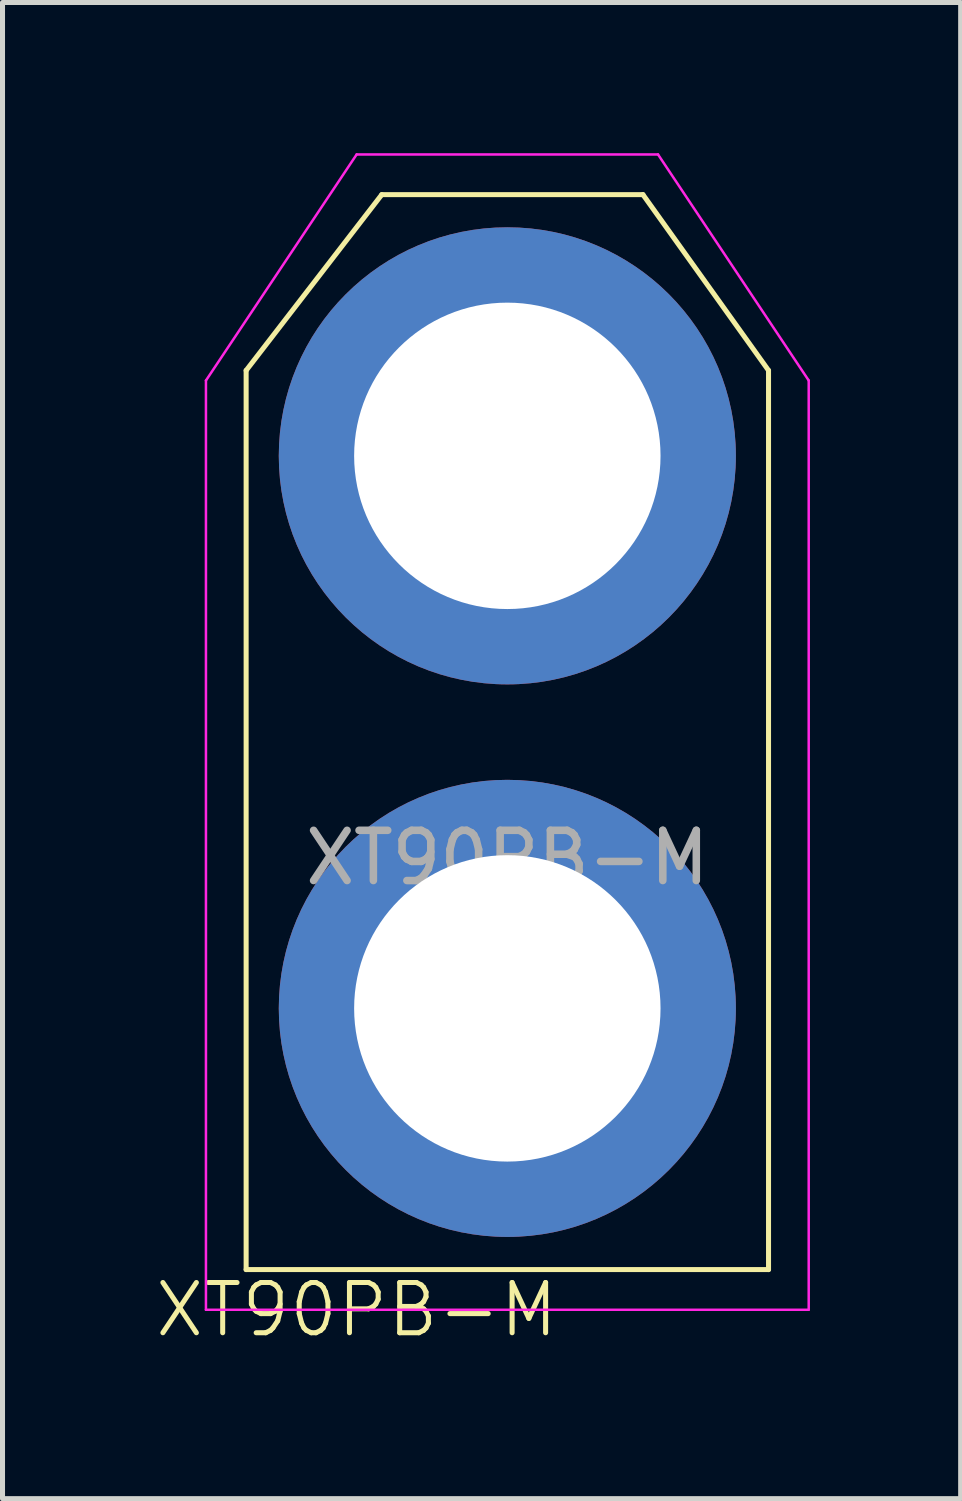
<source format=kicad_pcb>
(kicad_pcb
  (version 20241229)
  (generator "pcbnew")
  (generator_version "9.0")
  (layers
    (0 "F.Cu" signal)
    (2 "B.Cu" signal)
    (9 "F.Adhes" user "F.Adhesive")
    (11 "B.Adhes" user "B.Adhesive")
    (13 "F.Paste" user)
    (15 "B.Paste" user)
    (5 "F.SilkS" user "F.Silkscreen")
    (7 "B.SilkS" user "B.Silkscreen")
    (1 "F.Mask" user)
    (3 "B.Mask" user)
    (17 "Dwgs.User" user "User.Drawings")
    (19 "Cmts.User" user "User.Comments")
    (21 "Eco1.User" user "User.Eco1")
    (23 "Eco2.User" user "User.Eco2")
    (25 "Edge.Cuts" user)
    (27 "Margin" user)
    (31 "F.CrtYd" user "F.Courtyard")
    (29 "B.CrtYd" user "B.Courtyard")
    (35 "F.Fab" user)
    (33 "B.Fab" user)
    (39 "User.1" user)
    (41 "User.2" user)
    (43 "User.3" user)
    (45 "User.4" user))
  (footprint "XT90PB-M"
    (layer "F.Cu")
    (at 7.05 11.525)
    (property "Reference" "XT90PB-M" (at -3 11.5 0) (unlocked yes) (layer "F.SilkS") (effects (font (size 1 1) (thickness 0.1))))
    (attr through_hole)
    (fp_line (start -5.2 -7.2) (end -5.2 10.7) (stroke (width 0.1) (type default)) (layer "F.SilkS"))
    (fp_line (start -5.2 10.7) (end 5.2 10.7) (stroke (width 0.1) (type default)) (layer "F.SilkS"))
    (fp_line (start -2.5 -10.7) (end -5.2 -7.2) (stroke (width 0.1) (type default)) (layer "F.SilkS"))
    (fp_line (start 2.7 -10.7) (end -2.5 -10.7) (stroke (width 0.1) (type default)) (layer "F.SilkS"))
    (fp_line (start 5.2 -7.2) (end 2.7 -10.7) (stroke (width 0.1) (type default)) (layer "F.SilkS"))
    (fp_line (start 5.2 10.7) (end 5.2 -7.2) (stroke (width 0.1) (type default)) (layer "F.SilkS"))
    (fp_line (start -6 -7) (end -3 -11.5) (stroke (width 0.05) (type default)) (layer "F.CrtYd"))
    (fp_line (start -6 11.5) (end -6 -7) (stroke (width 0.05) (type default)) (layer "F.CrtYd"))
    (fp_line (start -3 -11.5) (end 3 -11.5) (stroke (width 0.05) (type default)) (layer "F.CrtYd"))
    (fp_line (start 3 -11.5) (end 6 -7) (stroke (width 0.05) (type default)) (layer "F.CrtYd"))
    (fp_line (start 6 -7) (end 6 11.5) (stroke (width 0.05) (type default)) (layer "F.CrtYd"))
    (fp_line (start 6 11.5) (end -6 11.5) (stroke (width 0.05) (type default)) (layer "F.CrtYd"))
    (fp_text user "${REFERENCE}" (at 0 2.5 0) (unlocked yes) (layer "F.Fab") (effects (font (size 1 1) (thickness 0.15))))
    (pad "1" thru_hole circle (at 0 -5.5) (size 9.1 9.1) (drill 6.1) (layers "*.Cu" "*.Mask"))
    (pad "2" thru_hole circle (at 0 5.5) (size 9.1 9.1) (drill 6.1) (layers "*.Cu" "*.Mask")))
  (gr_rect
    (start -3 -3)
    (end 16.075 26.785)
    (stroke (width 0.1) (type default))
    (fill no)
    (layer "Edge.Cuts")))
</source>
